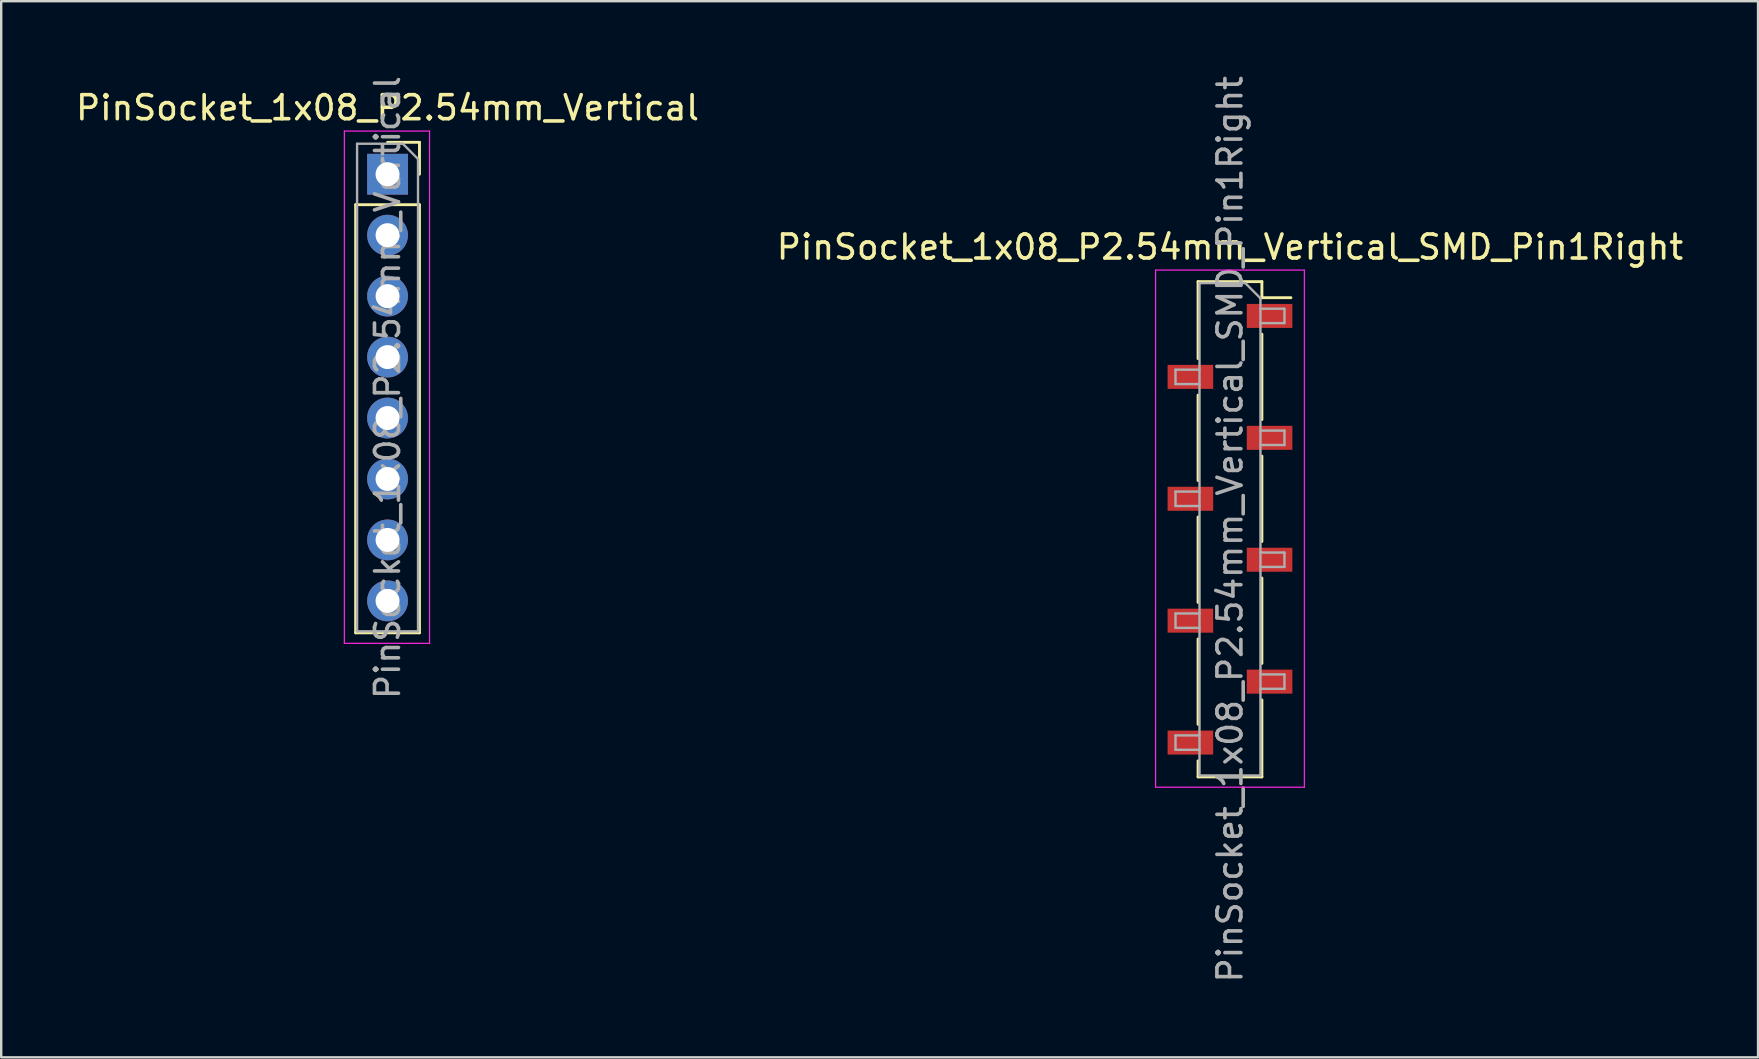
<source format=kicad_pcb>
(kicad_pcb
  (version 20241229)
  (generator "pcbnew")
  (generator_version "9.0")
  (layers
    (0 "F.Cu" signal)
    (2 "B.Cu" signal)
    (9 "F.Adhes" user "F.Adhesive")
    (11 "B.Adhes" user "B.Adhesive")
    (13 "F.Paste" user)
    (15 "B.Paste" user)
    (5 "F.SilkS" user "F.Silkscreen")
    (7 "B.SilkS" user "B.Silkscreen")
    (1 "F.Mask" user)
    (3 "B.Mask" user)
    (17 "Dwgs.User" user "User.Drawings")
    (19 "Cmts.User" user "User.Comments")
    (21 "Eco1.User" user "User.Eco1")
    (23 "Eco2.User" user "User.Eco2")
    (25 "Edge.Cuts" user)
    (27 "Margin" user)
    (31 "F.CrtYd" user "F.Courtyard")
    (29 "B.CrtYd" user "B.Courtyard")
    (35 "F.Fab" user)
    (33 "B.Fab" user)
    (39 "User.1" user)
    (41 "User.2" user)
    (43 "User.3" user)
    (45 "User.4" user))
  (footprint "PinSocket_1x08_P2.54mm_Vertical_SMD_Pin1Right"
    (layer "F.Cu")
    (at 48.208 19.006)
    (property "Reference" "PinSocket_1x08_P2.54mm_Vertical_SMD_Pin1Right" (at 0 -11.76 0) (layer "F.SilkS") (effects (font (size 1 1) (thickness 0.15))))
    (attr smd)
    (fp_line (start -1.33 -10.32) (end -1.33 -7.11) (stroke (width 0.12) (type solid)) (layer "F.SilkS"))
    (fp_line (start -1.33 -10.32) (end 1.33 -10.32) (stroke (width 0.12) (type solid)) (layer "F.SilkS"))
    (fp_line (start -1.33 -5.59) (end -1.33 -2.03) (stroke (width 0.12) (type solid)) (layer "F.SilkS"))
    (fp_line (start -1.33 -0.51) (end -1.33 3.05) (stroke (width 0.12) (type solid)) (layer "F.SilkS"))
    (fp_line (start -1.33 4.57) (end -1.33 8.13) (stroke (width 0.12) (type solid)) (layer "F.SilkS"))
    (fp_line (start -1.33 9.65) (end -1.33 10.32) (stroke (width 0.12) (type solid)) (layer "F.SilkS"))
    (fp_line (start -1.33 10.32) (end 1.33 10.32) (stroke (width 0.12) (type solid)) (layer "F.SilkS"))
    (fp_line (start 1.33 -10.32) (end 1.33 -9.65) (stroke (width 0.12) (type solid)) (layer "F.SilkS"))
    (fp_line (start 1.33 -9.65) (end 2.54 -9.65) (stroke (width 0.12) (type solid)) (layer "F.SilkS"))
    (fp_line (start 1.33 -8.13) (end 1.33 -4.57) (stroke (width 0.12) (type solid)) (layer "F.SilkS"))
    (fp_line (start 1.33 -3.05) (end 1.33 0.51) (stroke (width 0.12) (type solid)) (layer "F.SilkS"))
    (fp_line (start 1.33 2.03) (end 1.33 5.59) (stroke (width 0.12) (type solid)) (layer "F.SilkS"))
    (fp_line (start 1.33 7.11) (end 1.33 10.32) (stroke (width 0.12) (type solid)) (layer "F.SilkS"))
    (fp_line (start -3.1 -10.8) (end 3.1 -10.8) (stroke (width 0.05) (type solid)) (layer "F.CrtYd"))
    (fp_line (start -3.1 10.75) (end -3.1 -10.8) (stroke (width 0.05) (type solid)) (layer "F.CrtYd"))
    (fp_line (start 3.1 -10.8) (end 3.1 10.75) (stroke (width 0.05) (type solid)) (layer "F.CrtYd"))
    (fp_line (start 3.1 10.75) (end -3.1 10.75) (stroke (width 0.05) (type solid)) (layer "F.CrtYd"))
    (fp_line (start -2.27 -6.65) (end -1.27 -6.65) (stroke (width 0.1) (type solid)) (layer "F.Fab"))
    (fp_line (start -2.27 -6.05) (end -2.27 -6.65) (stroke (width 0.1) (type solid)) (layer "F.Fab"))
    (fp_line (start -2.27 -1.57) (end -1.27 -1.57) (stroke (width 0.1) (type solid)) (layer "F.Fab"))
    (fp_line (start -2.27 -0.97) (end -2.27 -1.57) (stroke (width 0.1) (type solid)) (layer "F.Fab"))
    (fp_line (start -2.27 3.51) (end -1.27 3.51) (stroke (width 0.1) (type solid)) (layer "F.Fab"))
    (fp_line (start -2.27 4.11) (end -2.27 3.51) (stroke (width 0.1) (type solid)) (layer "F.Fab"))
    (fp_line (start -2.27 8.59) (end -1.27 8.59) (stroke (width 0.1) (type solid)) (layer "F.Fab"))
    (fp_line (start -2.27 9.19) (end -2.27 8.59) (stroke (width 0.1) (type solid)) (layer "F.Fab"))
    (fp_line (start -1.27 -10.26) (end 0.635 -10.26) (stroke (width 0.1) (type solid)) (layer "F.Fab"))
    (fp_line (start -1.27 -6.05) (end -2.27 -6.05) (stroke (width 0.1) (type solid)) (layer "F.Fab"))
    (fp_line (start -1.27 -0.97) (end -2.27 -0.97) (stroke (width 0.1) (type solid)) (layer "F.Fab"))
    (fp_line (start -1.27 4.11) (end -2.27 4.11) (stroke (width 0.1) (type solid)) (layer "F.Fab"))
    (fp_line (start -1.27 9.19) (end -2.27 9.19) (stroke (width 0.1) (type solid)) (layer "F.Fab"))
    (fp_line (start -1.27 10.26) (end -1.27 -10.26) (stroke (width 0.1) (type solid)) (layer "F.Fab"))
    (fp_line (start 0.635 -10.26) (end 1.27 -9.625) (stroke (width 0.1) (type solid)) (layer "F.Fab"))
    (fp_line (start 1.27 -9.625) (end 1.27 10.26) (stroke (width 0.1) (type solid)) (layer "F.Fab"))
    (fp_line (start 1.27 -9.19) (end 2.27 -9.19) (stroke (width 0.1) (type solid)) (layer "F.Fab"))
    (fp_line (start 1.27 -4.11) (end 2.27 -4.11) (stroke (width 0.1) (type solid)) (layer "F.Fab"))
    (fp_line (start 1.27 0.97) (end 2.27 0.97) (stroke (width 0.1) (type solid)) (layer "F.Fab"))
    (fp_line (start 1.27 6.05) (end 2.27 6.05) (stroke (width 0.1) (type solid)) (layer "F.Fab"))
    (fp_line (start 1.27 10.26) (end -1.27 10.26) (stroke (width 0.1) (type solid)) (layer "F.Fab"))
    (fp_line (start 2.27 -9.19) (end 2.27 -8.59) (stroke (width 0.1) (type solid)) (layer "F.Fab"))
    (fp_line (start 2.27 -8.59) (end 1.27 -8.59) (stroke (width 0.1) (type solid)) (layer "F.Fab"))
    (fp_line (start 2.27 -4.11) (end 2.27 -3.51) (stroke (width 0.1) (type solid)) (layer "F.Fab"))
    (fp_line (start 2.27 -3.51) (end 1.27 -3.51) (stroke (width 0.1) (type solid)) (layer "F.Fab"))
    (fp_line (start 2.27 0.97) (end 2.27 1.57) (stroke (width 0.1) (type solid)) (layer "F.Fab"))
    (fp_line (start 2.27 1.57) (end 1.27 1.57) (stroke (width 0.1) (type solid)) (layer "F.Fab"))
    (fp_line (start 2.27 6.05) (end 2.27 6.65) (stroke (width 0.1) (type solid)) (layer "F.Fab"))
    (fp_line (start 2.27 6.65) (end 1.27 6.65) (stroke (width 0.1) (type solid)) (layer "F.Fab"))
    (fp_text user "${REFERENCE}" (at 0 0 90) (layer "F.Fab") (effects (font (size 1 1) (thickness 0.15))))
    (pad "1" smd rect (at 1.65 -8.89) (size 1.9 1) (layers "F.Cu" "F.Mask" "F.Paste"))
    (pad "2" smd rect (at -1.65 -6.35) (size 1.9 1) (layers "F.Cu" "F.Mask" "F.Paste"))
    (pad "3" smd rect (at 1.65 -3.81) (size 1.9 1) (layers "F.Cu" "F.Mask" "F.Paste"))
    (pad "4" smd rect (at -1.65 -1.27) (size 1.9 1) (layers "F.Cu" "F.Mask" "F.Paste"))
    (pad "5" smd rect (at 1.65 1.27) (size 1.9 1) (layers "F.Cu" "F.Mask" "F.Paste"))
    (pad "6" smd rect (at -1.65 3.81) (size 1.9 1) (layers "F.Cu" "F.Mask" "F.Paste"))
    (pad "7" smd rect (at 1.65 6.35) (size 1.9 1) (layers "F.Cu" "F.Mask" "F.Paste"))
    (pad "8" smd rect (at -1.65 8.89) (size 1.9 1) (layers "F.Cu" "F.Mask" "F.Paste")))
  (footprint "PinSocket_1x08_P2.54mm_Vertical"
    (layer "F.Cu")
    (at 13.101 4.211)
    (property "Reference" "PinSocket_1x08_P2.54mm_Vertical" (at 0 -2.77 0) (layer "F.SilkS") (effects (font (size 1 1) (thickness 0.15))))
    (attr through_hole)
    (fp_line (start -1.33 1.27) (end -1.33 19.11) (stroke (width 0.12) (type solid)) (layer "F.SilkS"))
    (fp_line (start -1.33 1.27) (end 1.33 1.27) (stroke (width 0.12) (type solid)) (layer "F.SilkS"))
    (fp_line (start -1.33 19.11) (end 1.33 19.11) (stroke (width 0.12) (type solid)) (layer "F.SilkS"))
    (fp_line (start 0 -1.33) (end 1.33 -1.33) (stroke (width 0.12) (type solid)) (layer "F.SilkS"))
    (fp_line (start 1.33 -1.33) (end 1.33 0) (stroke (width 0.12) (type solid)) (layer "F.SilkS"))
    (fp_line (start 1.33 1.27) (end 1.33 19.11) (stroke (width 0.12) (type solid)) (layer "F.SilkS"))
    (fp_line (start -1.8 -1.8) (end 1.75 -1.8) (stroke (width 0.05) (type solid)) (layer "F.CrtYd"))
    (fp_line (start -1.8 19.55) (end -1.8 -1.8) (stroke (width 0.05) (type solid)) (layer "F.CrtYd"))
    (fp_line (start 1.75 -1.8) (end 1.75 19.55) (stroke (width 0.05) (type solid)) (layer "F.CrtYd"))
    (fp_line (start 1.75 19.55) (end -1.8 19.55) (stroke (width 0.05) (type solid)) (layer "F.CrtYd"))
    (fp_line (start -1.27 -1.27) (end 0.635 -1.27) (stroke (width 0.1) (type solid)) (layer "F.Fab"))
    (fp_line (start -1.27 19.05) (end -1.27 -1.27) (stroke (width 0.1) (type solid)) (layer "F.Fab"))
    (fp_line (start 0.635 -1.27) (end 1.27 -0.635) (stroke (width 0.1) (type solid)) (layer "F.Fab"))
    (fp_line (start 1.27 -0.635) (end 1.27 19.05) (stroke (width 0.1) (type solid)) (layer "F.Fab"))
    (fp_line (start 1.27 19.05) (end -1.27 19.05) (stroke (width 0.1) (type solid)) (layer "F.Fab"))
    (fp_text user "${REFERENCE}" (at 0 8.89 90) (layer "F.Fab") (effects (font (size 1 1) (thickness 0.15))))
    (pad "1" thru_hole rect (at 0 0) (size 1.7 1.7) (drill 1) (layers "*.Cu" "*.Mask"))
    (pad "2" thru_hole circle (at 0 2.54) (size 1.7 1.7) (drill 1) (layers "*.Cu" "*.Mask"))
    (pad "3" thru_hole circle (at 0 5.08) (size 1.7 1.7) (drill 1) (layers "*.Cu" "*.Mask"))
    (pad "4" thru_hole circle (at 0 7.62) (size 1.7 1.7) (drill 1) (layers "*.Cu" "*.Mask"))
    (pad "5" thru_hole circle (at 0 10.16) (size 1.7 1.7) (drill 1) (layers "*.Cu" "*.Mask"))
    (pad "6" thru_hole circle (at 0 12.7) (size 1.7 1.7) (drill 1) (layers "*.Cu" "*.Mask"))
    (pad "7" thru_hole circle (at 0 15.24) (size 1.7 1.7) (drill 1) (layers "*.Cu" "*.Mask"))
    (pad "8" thru_hole circle (at 0 17.78) (size 1.7 1.7) (drill 1) (layers "*.Cu" "*.Mask")))
  (gr_rect
    (start -3 -3)
    (end 70.214 41.012)
    (stroke (width 0.1) (type default))
    (fill no)
    (layer "Edge.Cuts")))
</source>
